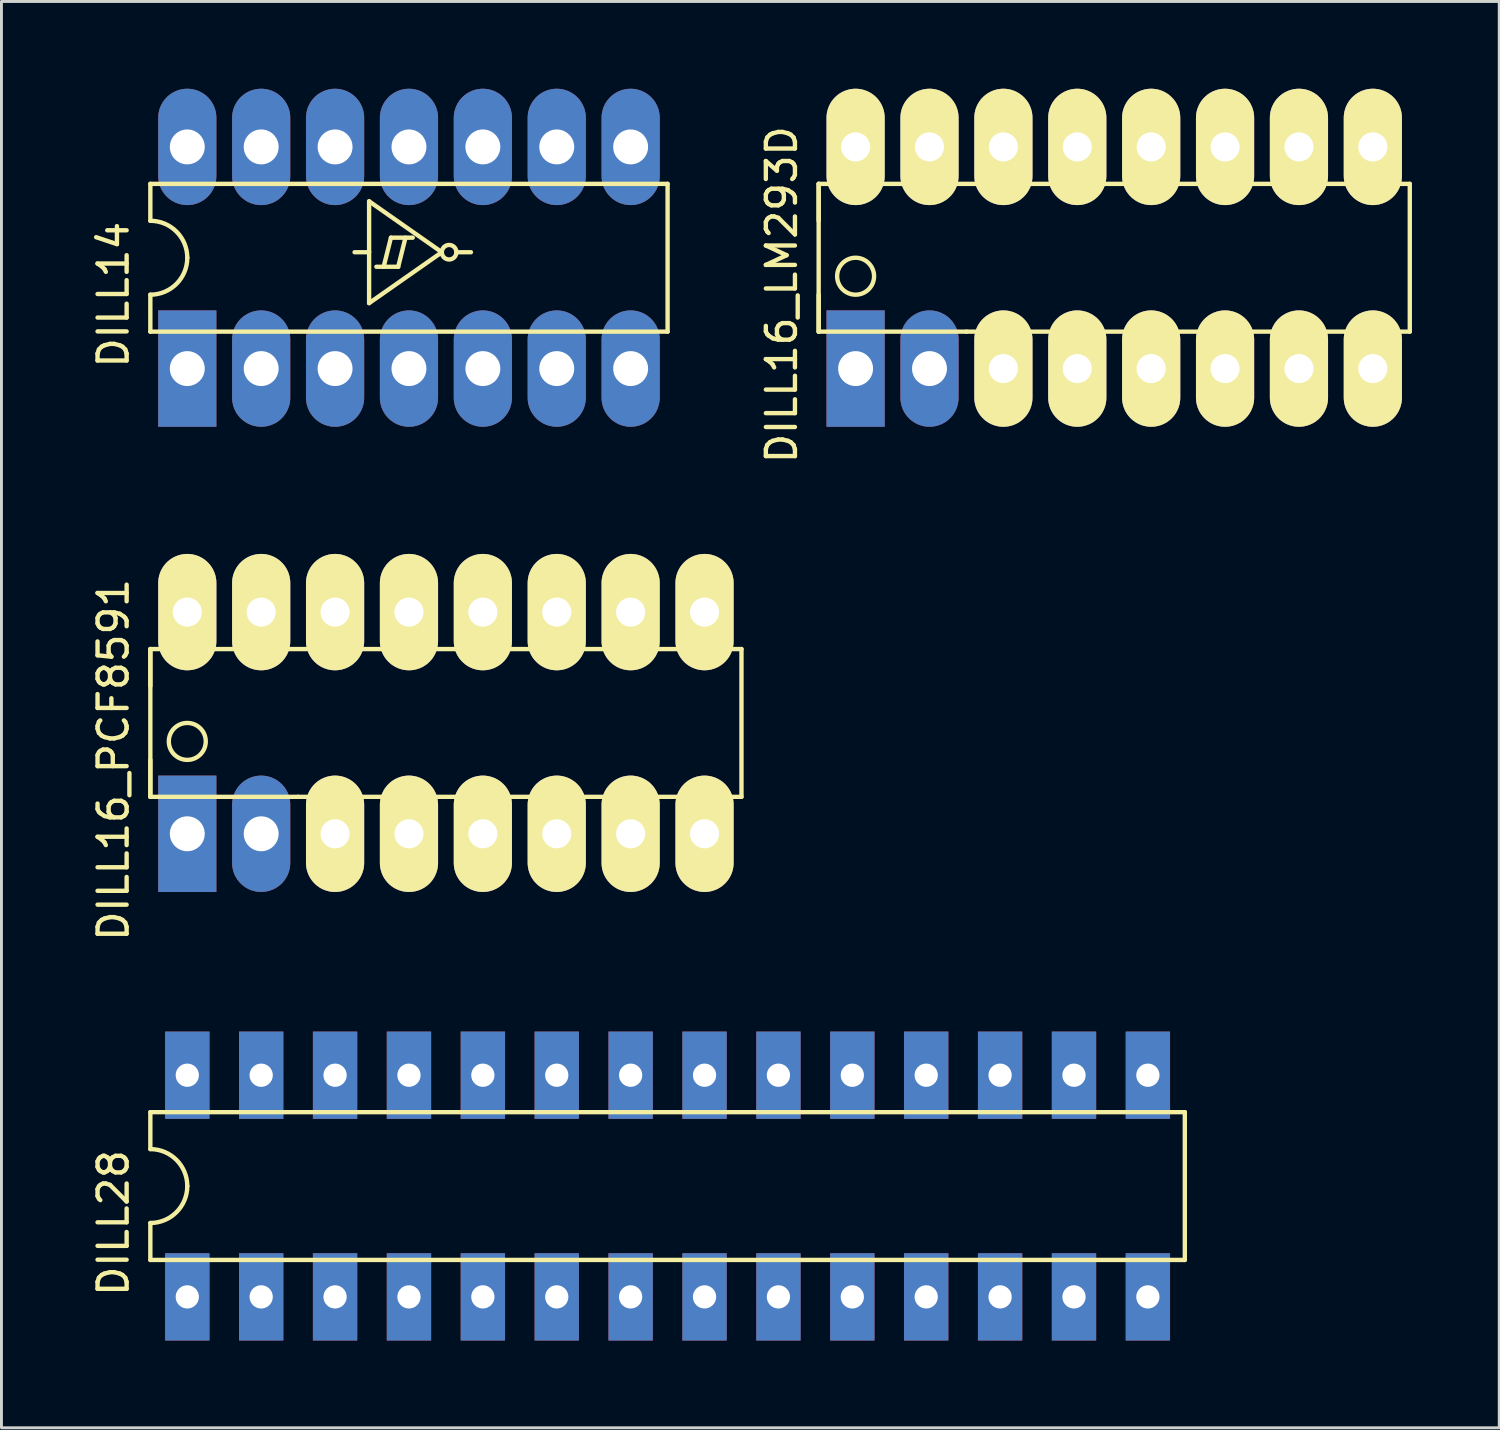
<source format=kicad_pcb>
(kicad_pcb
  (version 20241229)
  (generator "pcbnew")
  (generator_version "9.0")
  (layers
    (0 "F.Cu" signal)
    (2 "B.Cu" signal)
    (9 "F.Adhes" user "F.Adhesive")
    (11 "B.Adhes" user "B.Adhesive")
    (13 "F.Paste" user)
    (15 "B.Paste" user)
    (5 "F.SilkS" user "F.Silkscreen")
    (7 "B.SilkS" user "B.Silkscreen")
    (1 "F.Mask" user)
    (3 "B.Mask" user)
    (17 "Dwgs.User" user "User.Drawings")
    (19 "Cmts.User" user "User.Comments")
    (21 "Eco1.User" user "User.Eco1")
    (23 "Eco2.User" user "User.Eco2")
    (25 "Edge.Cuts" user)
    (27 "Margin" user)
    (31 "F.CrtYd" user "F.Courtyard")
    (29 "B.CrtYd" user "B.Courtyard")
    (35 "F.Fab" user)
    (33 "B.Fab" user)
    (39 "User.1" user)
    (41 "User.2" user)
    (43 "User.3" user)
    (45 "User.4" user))
  (footprint "DILL16_PCF8591"
    (layer "F.Cu")
    (at 3.388 25.611)
    (property "Reference" "DILL16_PCF8591" (at -2.54 -2.54 90) (layer "F.SilkS") (effects (font (size 1 1) (thickness 0.15))))
    (attr through_hole)
    (fp_line (start -1.27 -6.35) (end 19.05 -6.35) (stroke (width 0.15) (type solid)) (layer "F.SilkS"))
    (fp_line (start -1.27 -5.08) (end -1.27 -6.35) (stroke (width 0.15) (type solid)) (layer "F.SilkS"))
    (fp_line (start -1.27 -1.27) (end -1.27 -6.35) (stroke (width 0.15) (type solid)) (layer "F.SilkS"))
    (fp_line (start -1.27 -1.27) (end -1.27 -2.54) (stroke (width 0.15) (type solid)) (layer "F.SilkS"))
    (fp_line (start 3.81 -1.27) (end -1.27 -1.27) (stroke (width 0.15) (type solid)) (layer "F.SilkS"))
    (fp_line (start 3.81 -1.27) (end 19.05 -1.27) (stroke (width 0.15) (type solid)) (layer "F.SilkS"))
    (fp_line (start 19.05 -1.27) (end 19.05 -6.35) (stroke (width 0.15) (type solid)) (layer "F.SilkS"))
    (fp_circle (center 0 -3.175) (end 0 -2.54) (stroke (width 0.15) (type solid)) (fill no) (layer "F.SilkS"))
    (pad "1" thru_hole rect (at 0 0) (size 2 4) (drill 1.2) (layers "*.Cu" "*.Mask"))
    (pad "2" thru_hole oval (at 2.54 0) (size 2 4) (drill 1.2) (layers "*.Cu" "*.Mask"))
    (pad "3" thru_hole oval (at 5.08 0) (size 2 4) (drill 1) (layers "*.Cu" "*.Mask" "F.SilkS"))
    (pad "4" thru_hole oval (at 7.62 0) (size 2 4) (drill 1) (layers "*.Cu" "*.Mask" "F.SilkS"))
    (pad "5" thru_hole oval (at 10.16 0) (size 2 4) (drill 1) (layers "*.Cu" "*.Mask" "F.SilkS"))
    (pad "6" thru_hole oval (at 12.7 0) (size 2 4) (drill 1) (layers "*.Cu" "*.Mask" "F.SilkS"))
    (pad "7" thru_hole oval (at 15.24 0) (size 2 4) (drill 1) (layers "*.Cu" "*.Mask" "F.SilkS"))
    (pad "8" thru_hole oval (at 17.78 0) (size 2 4) (drill 1) (layers "*.Cu" "*.Mask" "F.SilkS"))
    (pad "9" thru_hole oval (at 17.78 -7.62) (size 2 4) (drill 1) (layers "*.Cu" "*.Mask" "F.SilkS"))
    (pad "10" thru_hole oval (at 15.24 -7.62) (size 2 4) (drill 1) (layers "*.Cu" "*.Mask" "F.SilkS"))
    (pad "11" thru_hole oval (at 12.7 -7.62) (size 2 4) (drill 1) (layers "*.Cu" "*.Mask" "F.SilkS"))
    (pad "12" thru_hole oval (at 10.16 -7.62) (size 2 4) (drill 1) (layers "*.Cu" "*.Mask" "F.SilkS"))
    (pad "13" thru_hole oval (at 7.62 -7.62) (size 2 4) (drill 1) (layers "*.Cu" "*.Mask" "F.SilkS"))
    (pad "14" thru_hole oval (at 5.08 -7.62) (size 2 4) (drill 1) (layers "*.Cu" "*.Mask" "F.SilkS"))
    (pad "15" thru_hole oval (at 2.54 -7.62) (size 2 4) (drill 1) (layers "*.Cu" "*.Mask" "F.SilkS"))
    (pad "16" thru_hole oval (at 0 -7.62) (size 2 4) (drill 1) (layers "*.Cu" "*.Mask" "F.SilkS")))
  (footprint "DILL28"
    (layer "F.Cu")
    (at 3.388 41.53)
    (property "Reference" "DILL28" (at -2.54 -2.54 90) (layer "F.SilkS") (effects (font (size 1 1) (thickness 0.15))))
    (attr through_hole)
    (fp_line (start -1.27 -6.35) (end 34.29 -6.35) (stroke (width 0.15) (type solid)) (layer "F.SilkS"))
    (fp_line (start -1.27 -5.08) (end -1.27 -6.35) (stroke (width 0.15) (type solid)) (layer "F.SilkS"))
    (fp_line (start -1.27 -1.27) (end -1.27 -2.54) (stroke (width 0.15) (type solid)) (layer "F.SilkS"))
    (fp_line (start 34.29 -6.35) (end 34.29 -1.27) (stroke (width 0.15) (type solid)) (layer "F.SilkS"))
    (fp_line (start 34.29 -1.27) (end -1.27 -1.27) (stroke (width 0.15) (type solid)) (layer "F.SilkS"))
    (fp_arc (start -1.27 -5.08) (mid -0.371974 -4.708026) (end 0 -3.81) (stroke (width 0.15) (type solid)) (layer "F.SilkS"))
    (fp_arc (start 0 -3.81) (mid -0.371974 -2.911974) (end -1.27 -2.54) (stroke (width 0.15) (type solid)) (layer "F.SilkS"))
    (pad "1" thru_hole rect (at 0 0) (size 1.524 3) (drill 0.8) (layers "*.Cu" "*.Mask"))
    (pad "2" thru_hole rect (at 2.54 0) (size 1.524 3) (drill 0.8) (layers "*.Cu" "*.Mask"))
    (pad "3" thru_hole rect (at 5.08 0) (size 1.524 3) (drill 0.8) (layers "*.Cu" "*.Mask"))
    (pad "4" thru_hole rect (at 7.62 0) (size 1.524 3) (drill 0.8) (layers "*.Cu" "*.Mask"))
    (pad "5" thru_hole rect (at 10.16 0) (size 1.524 3) (drill 0.8) (layers "*.Cu" "*.Mask"))
    (pad "6" thru_hole rect (at 12.7 0) (size 1.524 3) (drill 0.8) (layers "*.Cu" "*.Mask"))
    (pad "7" thru_hole rect (at 15.24 0) (size 1.524 3) (drill 0.8) (layers "*.Cu" "*.Mask"))
    (pad "8" thru_hole rect (at 17.78 0) (size 1.524 3) (drill 0.8) (layers "*.Cu" "*.Mask"))
    (pad "9" thru_hole rect (at 20.32 0) (size 1.524 3) (drill 0.8) (layers "*.Cu" "*.Mask"))
    (pad "10" thru_hole rect (at 22.86 0) (size 1.524 3) (drill 0.8) (layers "*.Cu" "*.Mask"))
    (pad "11" thru_hole rect (at 25.4 0) (size 1.524 3) (drill 0.8) (layers "*.Cu" "*.Mask"))
    (pad "12" thru_hole rect (at 27.94 0) (size 1.524 3) (drill 0.8) (layers "*.Cu" "*.Mask"))
    (pad "13" thru_hole rect (at 30.48 0) (size 1.524 3) (drill 0.8) (layers "*.Cu" "*.Mask"))
    (pad "14" thru_hole rect (at 33.02 0) (size 1.524 3) (drill 0.8) (layers "*.Cu" "*.Mask"))
    (pad "15" thru_hole rect (at 33.02 -7.62) (size 1.524 3) (drill 0.8) (layers "*.Cu" "*.Mask"))
    (pad "16" thru_hole rect (at 30.48 -7.62) (size 1.524 3) (drill 0.8) (layers "*.Cu" "*.Mask"))
    (pad "17" thru_hole rect (at 27.94 -7.62) (size 1.524 3) (drill 0.8) (layers "*.Cu" "*.Mask"))
    (pad "18" thru_hole rect (at 25.4 -7.62) (size 1.524 3) (drill 0.8) (layers "*.Cu" "*.Mask"))
    (pad "19" thru_hole rect (at 22.86 -7.62) (size 1.524 3) (drill 0.8) (layers "*.Cu" "*.Mask"))
    (pad "20" thru_hole rect (at 20.32 -7.62) (size 1.524 3) (drill 0.8) (layers "*.Cu" "*.Mask"))
    (pad "21" thru_hole rect (at 17.78 -7.62) (size 1.524 3) (drill 0.8) (layers "*.Cu" "*.Mask"))
    (pad "22" thru_hole rect (at 15.24 -7.62) (size 1.524 3) (drill 0.8) (layers "*.Cu" "*.Mask"))
    (pad "23" thru_hole rect (at 12.7 -7.62) (size 1.524 3) (drill 0.8) (layers "*.Cu" "*.Mask"))
    (pad "24" thru_hole rect (at 10.16 -7.62) (size 1.524 3) (drill 0.8) (layers "*.Cu" "*.Mask"))
    (pad "25" thru_hole rect (at 7.62 -7.62) (size 1.524 3) (drill 0.8) (layers "*.Cu" "*.Mask"))
    (pad "26" thru_hole rect (at 5.08 -7.62) (size 1.524 3) (drill 0.8) (layers "*.Cu" "*.Mask"))
    (pad "27" thru_hole rect (at 2.54 -7.62) (size 1.524 3) (drill 0.8) (layers "*.Cu" "*.Mask"))
    (pad "28" thru_hole rect (at 0 -7.62) (size 1.524 3) (drill 0.8) (layers "*.Cu" "*.Mask")))
  (footprint "DILL16_LM293D"
    (layer "F.Cu")
    (at 26.361 9.62)
    (property "Reference" "DILL16_LM293D" (at -2.54 -2.54 90) (layer "F.SilkS") (effects (font (size 1 1) (thickness 0.15))))
    (attr through_hole)
    (fp_line (start -1.27 -6.35) (end 19.05 -6.35) (stroke (width 0.15) (type solid)) (layer "F.SilkS"))
    (fp_line (start -1.27 -5.08) (end -1.27 -6.35) (stroke (width 0.15) (type solid)) (layer "F.SilkS"))
    (fp_line (start -1.27 -1.27) (end -1.27 -6.35) (stroke (width 0.15) (type solid)) (layer "F.SilkS"))
    (fp_line (start -1.27 -1.27) (end -1.27 -2.54) (stroke (width 0.15) (type solid)) (layer "F.SilkS"))
    (fp_line (start 3.81 -1.27) (end -1.27 -1.27) (stroke (width 0.15) (type solid)) (layer "F.SilkS"))
    (fp_line (start 3.81 -1.27) (end 19.05 -1.27) (stroke (width 0.15) (type solid)) (layer "F.SilkS"))
    (fp_line (start 19.05 -1.27) (end 19.05 -6.35) (stroke (width 0.15) (type solid)) (layer "F.SilkS"))
    (fp_circle (center 0 -3.175) (end 0 -2.54) (stroke (width 0.15) (type solid)) (fill no) (layer "F.SilkS"))
    (pad "1A" thru_hole oval (at 2.54 0) (size 2 4) (drill 1.2) (layers "*.Cu" "*.Mask"))
    (pad "1B" thru_hole oval (at 2.54 -7.62) (size 2 4) (drill 1) (layers "*.Cu" "*.Mask" "F.SilkS"))
    (pad "2A" thru_hole oval (at 15.24 0) (size 2 4) (drill 1) (layers "*.Cu" "*.Mask" "F.SilkS"))
    (pad "2B" thru_hole oval (at 15.24 -7.62) (size 2 4) (drill 1) (layers "*.Cu" "*.Mask" "F.SilkS"))
    (pad "EN1" thru_hole rect (at 0 0) (size 2 4) (drill 1.2) (layers "*.Cu" "*.Mask"))
    (pad "EN2" thru_hole oval (at 17.78 -7.62) (size 2 4) (drill 1) (layers "*.Cu" "*.Mask" "F.SilkS"))
    (pad "GND" thru_hole oval (at 7.62 -7.62) (size 2 4) (drill 1) (layers "*.Cu" "*.Mask" "F.SilkS"))
    (pad "GND" thru_hole oval (at 7.62 0) (size 2 4) (drill 1) (layers "*.Cu" "*.Mask" "F.SilkS"))
    (pad "GND" thru_hole oval (at 10.16 -7.62) (size 2 4) (drill 1) (layers "*.Cu" "*.Mask" "F.SilkS"))
    (pad "GND" thru_hole oval (at 10.16 0) (size 2 4) (drill 1) (layers "*.Cu" "*.Mask" "F.SilkS"))
    (pad "MA1" thru_hole oval (at 5.08 0) (size 2 4) (drill 1) (layers "*.Cu" "*.Mask" "F.SilkS"))
    (pad "MA2" thru_hole oval (at 12.7 0) (size 2 4) (drill 1) (layers "*.Cu" "*.Mask" "F.SilkS"))
    (pad "MB1" thru_hole oval (at 5.08 -7.62) (size 2 4) (drill 1) (layers "*.Cu" "*.Mask" "F.SilkS"))
    (pad "MB2" thru_hole oval (at 12.7 -7.62) (size 2 4) (drill 1) (layers "*.Cu" "*.Mask" "F.SilkS"))
    (pad "VS" thru_hole oval (at 17.78 0) (size 2 4) (drill 1) (layers "*.Cu" "*.Mask" "F.SilkS"))
    (pad "VSS" thru_hole oval (at 0 -7.62) (size 2 4) (drill 1) (layers "*.Cu" "*.Mask" "F.SilkS")))
  (footprint "DILL14"
    (layer "F.Cu")
    (at 3.388 9.62)
    (property "Reference" "DILL14" (at -2.54 -2.54 90) (layer "F.SilkS") (effects (font (size 1 1) (thickness 0.15))))
    (attr through_hole)
    (fp_line (start -1.27 -5.08) (end -1.27 -6.35) (stroke (width 0.15) (type solid)) (layer "F.SilkS"))
    (fp_line (start -1.27 -1.27) (end -1.27 -2.54) (stroke (width 0.15) (type solid)) (layer "F.SilkS"))
    (fp_line (start -1.27 -1.27) (end 16.51 -1.27) (stroke (width 0.15) (type solid)) (layer "F.SilkS"))
    (fp_line (start 6.25 -5.75) (end 8.75 -4) (stroke (width 0.15) (type solid)) (layer "F.SilkS"))
    (fp_line (start 6.25 -4) (end 5.75 -4) (stroke (width 0.15) (type solid)) (layer "F.SilkS"))
    (fp_line (start 6.25 -2.25) (end 6.25 -5.75) (stroke (width 0.15) (type solid)) (layer "F.SilkS"))
    (fp_line (start 6.25 -2.25) (end 8.75 -4) (stroke (width 0.15) (type solid)) (layer "F.SilkS"))
    (fp_line (start 7 -4.5) (end 6.75 -3.5) (stroke (width 0.15) (type solid)) (layer "F.SilkS"))
    (fp_line (start 7 -4.5) (end 7.75 -4.5) (stroke (width 0.15) (type solid)) (layer "F.SilkS"))
    (fp_line (start 7.25 -3.5) (end 6.5 -3.5) (stroke (width 0.15) (type solid)) (layer "F.SilkS"))
    (fp_line (start 7.25 -3.5) (end 7.5 -4.5) (stroke (width 0.15) (type solid)) (layer "F.SilkS"))
    (fp_line (start 9.25 -4) (end 9.75 -4) (stroke (width 0.15) (type solid)) (layer "F.SilkS"))
    (fp_line (start 16.51 -6.35) (end -1.27 -6.35) (stroke (width 0.15) (type solid)) (layer "F.SilkS"))
    (fp_line (start 16.51 -1.27) (end 16.51 -6.35) (stroke (width 0.15) (type solid)) (layer "F.SilkS"))
    (fp_arc (start -1.27 -5.08) (mid -0.371974 -4.708026) (end 0 -3.81) (stroke (width 0.15) (type solid)) (layer "F.SilkS"))
    (fp_arc (start 0 -3.81) (mid -0.371974 -2.911974) (end -1.27 -2.54) (stroke (width 0.15) (type solid)) (layer "F.SilkS"))
    (fp_circle (center 9 -4) (end 9 -3.75) (stroke (width 0.15) (type solid)) (fill no) (layer "F.SilkS"))
    (pad "1" thru_hole rect (at 0 0) (size 2 4) (drill 1.2) (layers "*.Cu" "*.Mask"))
    (pad "2" thru_hole oval (at 2.54 0) (size 2 4) (drill 1.2) (layers "*.Cu" "*.Mask"))
    (pad "3" thru_hole oval (at 5.08 0) (size 2 4) (drill 1.2) (layers "*.Cu" "*.Mask"))
    (pad "4" thru_hole oval (at 7.62 0) (size 2 4) (drill 1.2) (layers "*.Cu" "*.Mask"))
    (pad "5" thru_hole oval (at 10.16 0) (size 2 4) (drill 1.2) (layers "*.Cu" "*.Mask"))
    (pad "6" thru_hole oval (at 12.7 0) (size 2 4) (drill 1.2) (layers "*.Cu" "*.Mask"))
    (pad "7" thru_hole oval (at 15.24 0) (size 2 4) (drill 1.2) (layers "*.Cu" "*.Mask"))
    (pad "8" thru_hole oval (at 15.24 -7.62) (size 2 4) (drill 1.2) (layers "*.Cu" "*.Mask"))
    (pad "9" thru_hole oval (at 12.7 -7.62) (size 2 4) (drill 1.2) (layers "*.Cu" "*.Mask"))
    (pad "10" thru_hole oval (at 10.16 -7.62) (size 2 4) (drill 1.2) (layers "*.Cu" "*.Mask"))
    (pad "11" thru_hole oval (at 7.62 -7.62) (size 2 4) (drill 1.2) (layers "*.Cu" "*.Mask"))
    (pad "12" thru_hole oval (at 5.08 -7.62) (size 2 4) (drill 1.2) (layers "*.Cu" "*.Mask"))
    (pad "13" thru_hole oval (at 2.54 -7.62) (size 2 4) (drill 1.2) (layers "*.Cu" "*.Mask"))
    (pad "14" thru_hole oval (at 0 -7.62) (size 2 4) (drill 1.2) (layers "*.Cu" "*.Mask")))
  (gr_rect
    (start -3 -3)
    (end 48.486 46.03)
    (stroke (width 0.1) (type default))
    (fill no)
    (layer "Edge.Cuts")))
</source>
